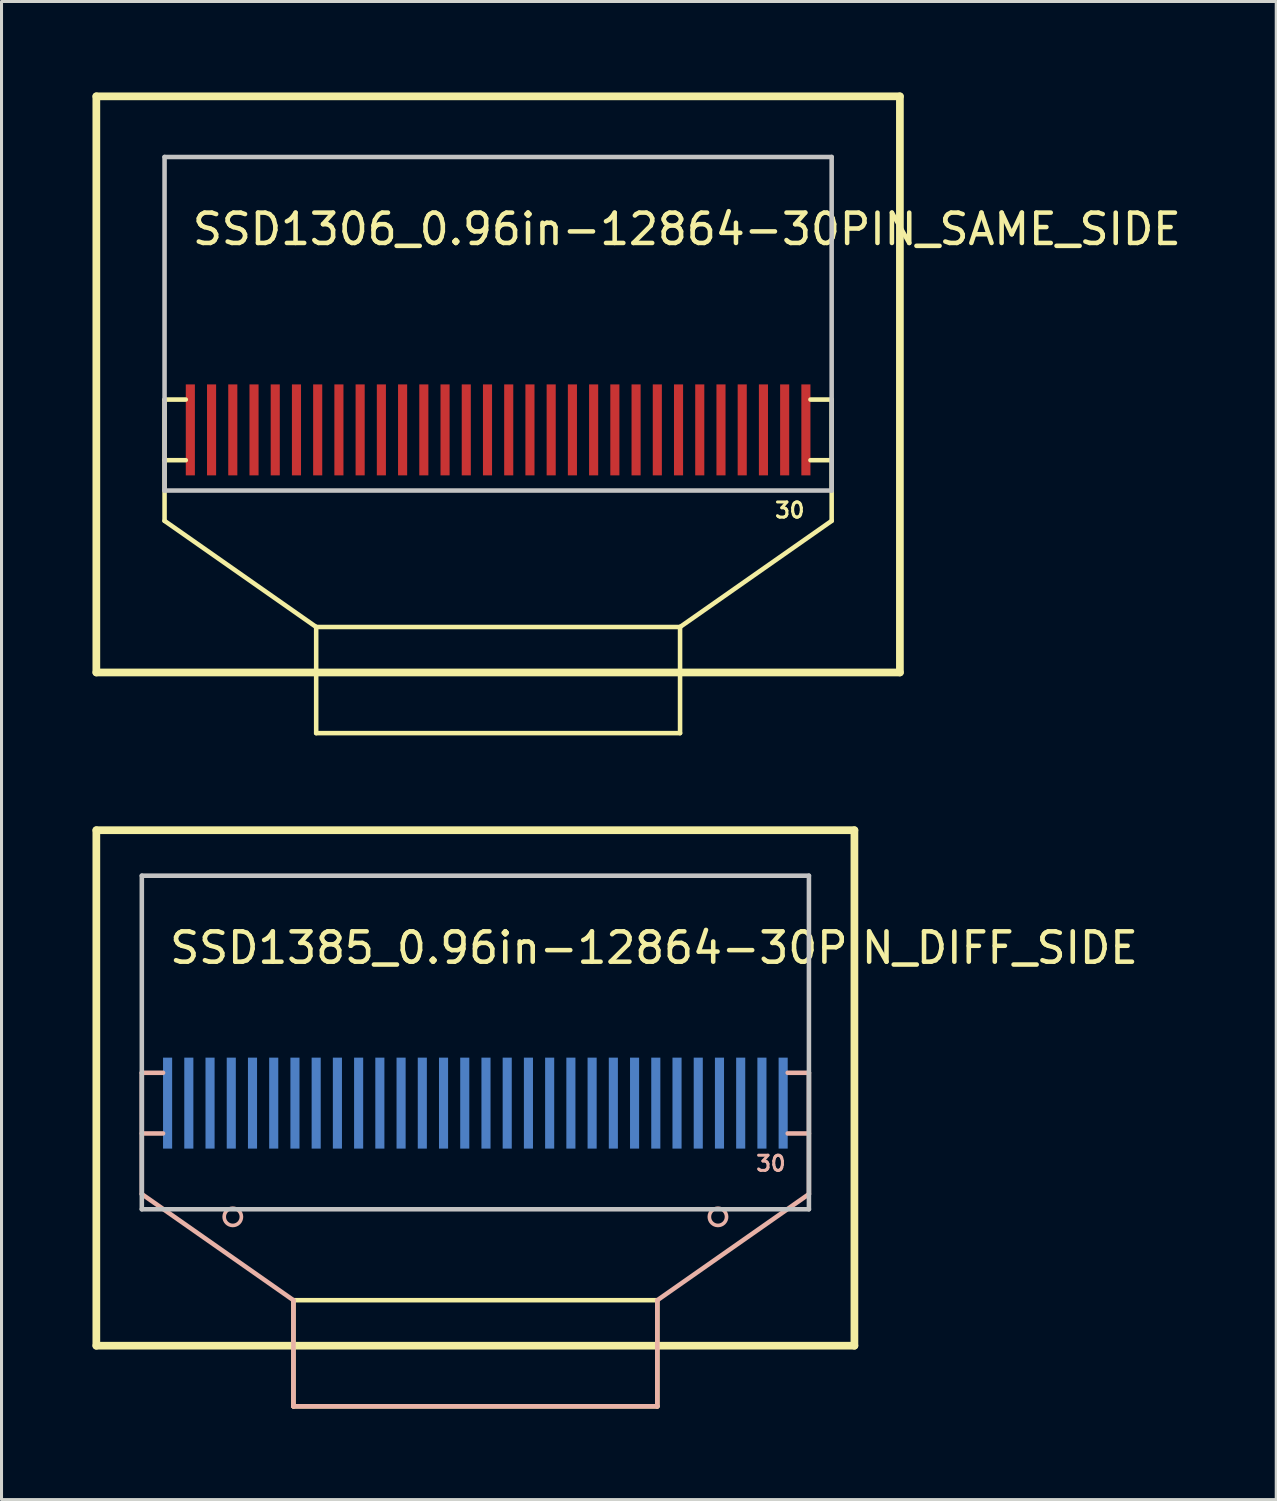
<source format=kicad_pcb>
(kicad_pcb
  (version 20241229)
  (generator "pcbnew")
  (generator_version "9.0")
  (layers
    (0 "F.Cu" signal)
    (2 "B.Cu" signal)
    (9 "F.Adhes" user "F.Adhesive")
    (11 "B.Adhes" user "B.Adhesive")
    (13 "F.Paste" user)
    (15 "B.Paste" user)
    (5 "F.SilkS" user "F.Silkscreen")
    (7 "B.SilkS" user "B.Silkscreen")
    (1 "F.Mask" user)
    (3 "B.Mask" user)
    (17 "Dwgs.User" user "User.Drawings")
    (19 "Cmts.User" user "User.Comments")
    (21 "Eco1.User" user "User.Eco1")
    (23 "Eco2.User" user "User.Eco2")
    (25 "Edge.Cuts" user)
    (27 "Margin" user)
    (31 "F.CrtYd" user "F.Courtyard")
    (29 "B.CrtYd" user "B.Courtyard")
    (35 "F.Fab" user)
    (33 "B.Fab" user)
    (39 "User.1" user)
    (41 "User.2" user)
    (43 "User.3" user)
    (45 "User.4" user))
  (footprint "SSD1385_0.96in-12864-30PIN_DIFF_SIDE"
    (layer "F.Cu")
    (at 12.627 35.829)
    (property "Reference" "SSD1385_0.96in-12864-30PIN_DIFF_SIDE" (at -10.16 -7.62 0) (layer "F.SilkS") (effects (font (size 1 1) (thickness 0.15)) (justify left)))
    (attr through_hole)
    (fp_line (start -12.5 -11.5) (end -12.5 5.5) (stroke (width 0.254) (type solid)) (layer "F.SilkS"))
    (fp_line (start -12.5 -11.5) (end 12.5 -11.5) (stroke (width 0.254) (type solid)) (layer "F.SilkS"))
    (fp_line (start -12.5 5.5) (end 12.5 5.5) (stroke (width 0.254) (type solid)) (layer "F.SilkS"))
    (fp_line (start -6 4) (end -6 7.5) (stroke (width 0.15) (type solid)) (layer "F.SilkS"))
    (fp_line (start -6 4) (end 6 4) (stroke (width 0.15) (type solid)) (layer "F.SilkS"))
    (fp_line (start -6 7.5) (end 6 7.5) (stroke (width 0.15) (type solid)) (layer "F.SilkS"))
    (fp_line (start 6 4) (end 6 7.5) (stroke (width 0.15) (type solid)) (layer "F.SilkS"))
    (fp_line (start 12.5 -11.5) (end 12.5 5.5) (stroke (width 0.254) (type solid)) (layer "F.SilkS"))
    (fp_line (start -11 -3.5) (end -10.3 -3.5) (stroke (width 0.15) (type solid)) (layer "B.SilkS"))
    (fp_line (start -11 -1.5) (end -10.3 -1.5) (stroke (width 0.15) (type solid)) (layer "B.SilkS"))
    (fp_line (start -11 0.5) (end -11 -3.5) (stroke (width 0.15) (type solid)) (layer "B.SilkS"))
    (fp_line (start -11 0.5) (end -6 4) (stroke (width 0.15) (type solid)) (layer "B.SilkS"))
    (fp_line (start -6 4) (end -6 7.5) (stroke (width 0.15) (type solid)) (layer "B.SilkS"))
    (fp_line (start -6 7.5) (end 6 7.5) (stroke (width 0.15) (type solid)) (layer "B.SilkS"))
    (fp_line (start 6 4) (end 6 7.5) (stroke (width 0.15) (type solid)) (layer "B.SilkS"))
    (fp_line (start 11 -3.5) (end 10.3 -3.5) (stroke (width 0.15) (type solid)) (layer "B.SilkS"))
    (fp_line (start 11 -1.5) (end 10.3 -1.5) (stroke (width 0.15) (type solid)) (layer "B.SilkS"))
    (fp_line (start 11 0.5) (end 6 4) (stroke (width 0.15) (type solid)) (layer "B.SilkS"))
    (fp_line (start 11 0.5) (end 11 -3.5) (stroke (width 0.15) (type solid)) (layer "B.SilkS"))
    (fp_circle (center -8 1.25) (end -7.716 1.25) (stroke (width 0.12) (type solid)) (fill no) (layer "B.SilkS"))
    (fp_circle (center 8 1.25) (end 8.284 1.25) (stroke (width 0.12) (type solid)) (fill no) (layer "B.SilkS"))
    (fp_line (start -11 -10) (end 11 -10) (stroke (width 0.15) (type solid)) (layer "Dwgs.User"))
    (fp_line (start -11 1) (end -11 -10) (stroke (width 0.15) (type solid)) (layer "Dwgs.User"))
    (fp_line (start 11 -10) (end 11 1) (stroke (width 0.15) (type solid)) (layer "Dwgs.User"))
    (fp_line (start 11 1) (end -11 1) (stroke (width 0.15) (type solid)) (layer "Dwgs.User"))
    (fp_text user "30" (at 10.287 -0.508 180) (layer "B.SilkS") (effects (font (size 0.5 0.5) (thickness 0.1)) (justify right)))
    (pad "1" smd rect (at -10.15 -2.5 270) (size 3 0.3) (layers "B.Cu" "B.Mask" "B.Paste"))
    (pad "2" smd rect (at -9.45 -2.5 270) (size 3 0.3) (layers "B.Cu" "B.Mask" "B.Paste"))
    (pad "3" smd rect (at -8.75 -2.5 270) (size 3 0.3) (layers "B.Cu" "B.Mask" "B.Paste"))
    (pad "4" smd rect (at -8.05 -2.5 270) (size 3 0.3) (layers "B.Cu" "B.Mask" "B.Paste"))
    (pad "5" smd rect (at -7.35 -2.5 270) (size 3 0.3) (layers "B.Cu" "B.Mask" "B.Paste"))
    (pad "6" smd rect (at -6.65 -2.5 270) (size 3 0.3) (layers "B.Cu" "B.Mask" "B.Paste"))
    (pad "7" smd rect (at -5.95 -2.5 270) (size 3 0.3) (layers "B.Cu" "B.Mask" "B.Paste"))
    (pad "8" smd rect (at -5.25 -2.5 270) (size 3 0.3) (layers "B.Cu" "B.Mask" "B.Paste"))
    (pad "9" smd rect (at -4.55 -2.5 270) (size 3 0.3) (layers "B.Cu" "B.Mask" "B.Paste"))
    (pad "10" smd rect (at -3.85 -2.5 270) (size 3 0.3) (layers "B.Cu" "B.Mask" "B.Paste"))
    (pad "11" smd rect (at -3.15 -2.5 270) (size 3 0.3) (layers "B.Cu" "B.Mask" "B.Paste"))
    (pad "12" smd rect (at -2.45 -2.5 270) (size 3 0.3) (layers "B.Cu" "B.Mask" "B.Paste"))
    (pad "13" smd rect (at -1.75 -2.5 270) (size 3 0.3) (layers "B.Cu" "B.Mask" "B.Paste"))
    (pad "14" smd rect (at -1.05 -2.5 270) (size 3 0.3) (layers "B.Cu" "B.Mask" "B.Paste"))
    (pad "15" smd rect (at -0.35 -2.5 270) (size 3 0.3) (layers "B.Cu" "B.Mask" "B.Paste"))
    (pad "16" smd rect (at 0.35 -2.5 270) (size 3 0.3) (layers "B.Cu" "B.Mask" "B.Paste"))
    (pad "17" smd rect (at 1.05 -2.5 270) (size 3 0.3) (layers "B.Cu" "B.Mask" "B.Paste"))
    (pad "18" smd rect (at 1.75 -2.5 270) (size 3 0.3) (layers "B.Cu" "B.Mask" "B.Paste"))
    (pad "19" smd rect (at 2.45 -2.5 270) (size 3 0.3) (layers "B.Cu" "B.Mask" "B.Paste"))
    (pad "20" smd rect (at 3.15 -2.5 270) (size 3 0.3) (layers "B.Cu" "B.Mask" "B.Paste"))
    (pad "21" smd rect (at 3.85 -2.5 270) (size 3 0.3) (layers "B.Cu" "B.Mask" "B.Paste"))
    (pad "22" smd rect (at 4.55 -2.5 270) (size 3 0.3) (layers "B.Cu" "B.Mask" "B.Paste"))
    (pad "23" smd rect (at 5.25 -2.5 270) (size 3 0.3) (layers "B.Cu" "B.Mask" "B.Paste"))
    (pad "24" smd rect (at 5.95 -2.5 270) (size 3 0.3) (layers "B.Cu" "B.Mask" "B.Paste"))
    (pad "25" smd rect (at 6.65 -2.5 270) (size 3 0.3) (layers "B.Cu" "B.Mask" "B.Paste"))
    (pad "26" smd rect (at 7.35 -2.5 270) (size 3 0.3) (layers "B.Cu" "B.Mask" "B.Paste"))
    (pad "27" smd rect (at 8.05 -2.5 270) (size 3 0.3) (layers "B.Cu" "B.Mask" "B.Paste"))
    (pad "28" smd rect (at 8.75 -2.5 270) (size 3 0.3) (layers "B.Cu" "B.Mask" "B.Paste"))
    (pad "29" smd rect (at 9.45 -2.5 270) (size 3 0.3) (layers "B.Cu" "B.Mask" "B.Paste"))
    (pad "30" smd rect (at 10.15 -2.5 270) (size 3 0.3) (layers "B.Cu" "B.Mask" "B.Paste")))
  (footprint "SSD1306_0.96in-12864-30PIN_SAME_SIDE"
    (layer "F.Cu")
    (at 13.377 12.127)
    (property "Reference" "SSD1306_0.96in-12864-30PIN_SAME_SIDE" (at -10.16 -7.62 0) (layer "F.SilkS") (effects (font (size 1 1) (thickness 0.15)) (justify left)))
    (attr through_hole)
    (fp_line (start -13.25 -12) (end -13.25 7) (stroke (width 0.254) (type solid)) (layer "F.SilkS"))
    (fp_line (start -13.25 -12) (end 13.25 -12) (stroke (width 0.254) (type solid)) (layer "F.SilkS"))
    (fp_line (start -13.25 7) (end 13.25 7) (stroke (width 0.254) (type solid)) (layer "F.SilkS"))
    (fp_line (start -11 -2) (end -10.3 -2) (stroke (width 0.15) (type solid)) (layer "F.SilkS"))
    (fp_line (start -11 0) (end -10.3 0) (stroke (width 0.15) (type solid)) (layer "F.SilkS"))
    (fp_line (start -11 2) (end -11 -2) (stroke (width 0.15) (type solid)) (layer "F.SilkS"))
    (fp_line (start -11 2) (end -6 5.5) (stroke (width 0.15) (type solid)) (layer "F.SilkS"))
    (fp_line (start -6 5.5) (end -6 9) (stroke (width 0.15) (type solid)) (layer "F.SilkS"))
    (fp_line (start -6 5.5) (end 6 5.5) (stroke (width 0.15) (type solid)) (layer "F.SilkS"))
    (fp_line (start -6 9) (end 6 9) (stroke (width 0.15) (type solid)) (layer "F.SilkS"))
    (fp_line (start 6 5.5) (end 6 9) (stroke (width 0.15) (type solid)) (layer "F.SilkS"))
    (fp_line (start 11 -2) (end 10.3 -2) (stroke (width 0.15) (type solid)) (layer "F.SilkS"))
    (fp_line (start 11 0) (end 10.3 0) (stroke (width 0.15) (type solid)) (layer "F.SilkS"))
    (fp_line (start 11 2) (end 6 5.5) (stroke (width 0.15) (type solid)) (layer "F.SilkS"))
    (fp_line (start 11 2) (end 11 -2) (stroke (width 0.15) (type solid)) (layer "F.SilkS"))
    (fp_line (start 13.25 -12) (end 13.25 7) (stroke (width 0.254) (type solid)) (layer "F.SilkS"))
    (fp_line (start -11 -10) (end 11 -10) (stroke (width 0.15) (type solid)) (layer "Dwgs.User"))
    (fp_line (start -11 1) (end -11 -10) (stroke (width 0.15) (type solid)) (layer "Dwgs.User"))
    (fp_line (start 11 -10) (end 11 1) (stroke (width 0.15) (type solid)) (layer "Dwgs.User"))
    (fp_line (start 11 1) (end -11 1) (stroke (width 0.15) (type solid)) (layer "Dwgs.User"))
    (fp_text user "30" (at 10.16 1.651 180) (layer "F.SilkS") (effects (font (size 0.5 0.5) (thickness 0.1)) (justify right)))
    (pad "1" smd rect (at -10.15 -1 270) (size 3 0.3) (layers "F.Cu" "F.Mask" "F.Paste"))
    (pad "2" smd rect (at -9.45 -1 270) (size 3 0.3) (layers "F.Cu" "F.Mask" "F.Paste"))
    (pad "3" smd rect (at -8.75 -1 270) (size 3 0.3) (layers "F.Cu" "F.Mask" "F.Paste"))
    (pad "4" smd rect (at -8.05 -1 270) (size 3 0.3) (layers "F.Cu" "F.Mask" "F.Paste"))
    (pad "5" smd rect (at -7.35 -1 270) (size 3 0.3) (layers "F.Cu" "F.Mask" "F.Paste"))
    (pad "6" smd rect (at -6.65 -1 270) (size 3 0.3) (layers "F.Cu" "F.Mask" "F.Paste"))
    (pad "7" smd rect (at -5.95 -1 270) (size 3 0.3) (layers "F.Cu" "F.Mask" "F.Paste"))
    (pad "8" smd rect (at -5.25 -1 270) (size 3 0.3) (layers "F.Cu" "F.Mask" "F.Paste"))
    (pad "9" smd rect (at -4.55 -1 270) (size 3 0.3) (layers "F.Cu" "F.Mask" "F.Paste"))
    (pad "10" smd rect (at -3.85 -1 270) (size 3 0.3) (layers "F.Cu" "F.Mask" "F.Paste"))
    (pad "11" smd rect (at -3.15 -1 270) (size 3 0.3) (layers "F.Cu" "F.Mask" "F.Paste"))
    (pad "12" smd rect (at -2.45 -1 270) (size 3 0.3) (layers "F.Cu" "F.Mask" "F.Paste"))
    (pad "13" smd rect (at -1.75 -1 270) (size 3 0.3) (layers "F.Cu" "F.Mask" "F.Paste"))
    (pad "14" smd rect (at -1.05 -1 270) (size 3 0.3) (layers "F.Cu" "F.Mask" "F.Paste"))
    (pad "15" smd rect (at -0.35 -1 270) (size 3 0.3) (layers "F.Cu" "F.Mask" "F.Paste"))
    (pad "16" smd rect (at 0.35 -1 270) (size 3 0.3) (layers "F.Cu" "F.Mask" "F.Paste"))
    (pad "17" smd rect (at 1.05 -1 270) (size 3 0.3) (layers "F.Cu" "F.Mask" "F.Paste"))
    (pad "18" smd rect (at 1.75 -1 270) (size 3 0.3) (layers "F.Cu" "F.Mask" "F.Paste"))
    (pad "19" smd rect (at 2.45 -1 270) (size 3 0.3) (layers "F.Cu" "F.Mask" "F.Paste"))
    (pad "20" smd rect (at 3.15 -1 270) (size 3 0.3) (layers "F.Cu" "F.Mask" "F.Paste"))
    (pad "21" smd rect (at 3.85 -1 270) (size 3 0.3) (layers "F.Cu" "F.Mask" "F.Paste"))
    (pad "22" smd rect (at 4.55 -1 270) (size 3 0.3) (layers "F.Cu" "F.Mask" "F.Paste"))
    (pad "23" smd rect (at 5.25 -1 270) (size 3 0.3) (layers "F.Cu" "F.Mask" "F.Paste"))
    (pad "24" smd rect (at 5.95 -1 270) (size 3 0.3) (layers "F.Cu" "F.Mask" "F.Paste"))
    (pad "25" smd rect (at 6.65 -1 270) (size 3 0.3) (layers "F.Cu" "F.Mask" "F.Paste"))
    (pad "26" smd rect (at 7.35 -1 270) (size 3 0.3) (layers "F.Cu" "F.Mask" "F.Paste"))
    (pad "27" smd rect (at 8.05 -1 270) (size 3 0.3) (layers "F.Cu" "F.Mask" "F.Paste"))
    (pad "28" smd rect (at 8.75 -1 270) (size 3 0.3) (layers "F.Cu" "F.Mask" "F.Paste"))
    (pad "29" smd rect (at 9.45 -1 270) (size 3 0.3) (layers "F.Cu" "F.Mask" "F.Paste"))
    (pad "30" smd rect (at 10.15 -1 270) (size 3 0.3) (layers "F.Cu" "F.Mask" "F.Paste")))
  (gr_rect
    (start -3 -3)
    (end 39.038 46.404)
    (stroke (width 0.1) (type default))
    (fill no)
    (layer "Edge.Cuts")))
</source>
